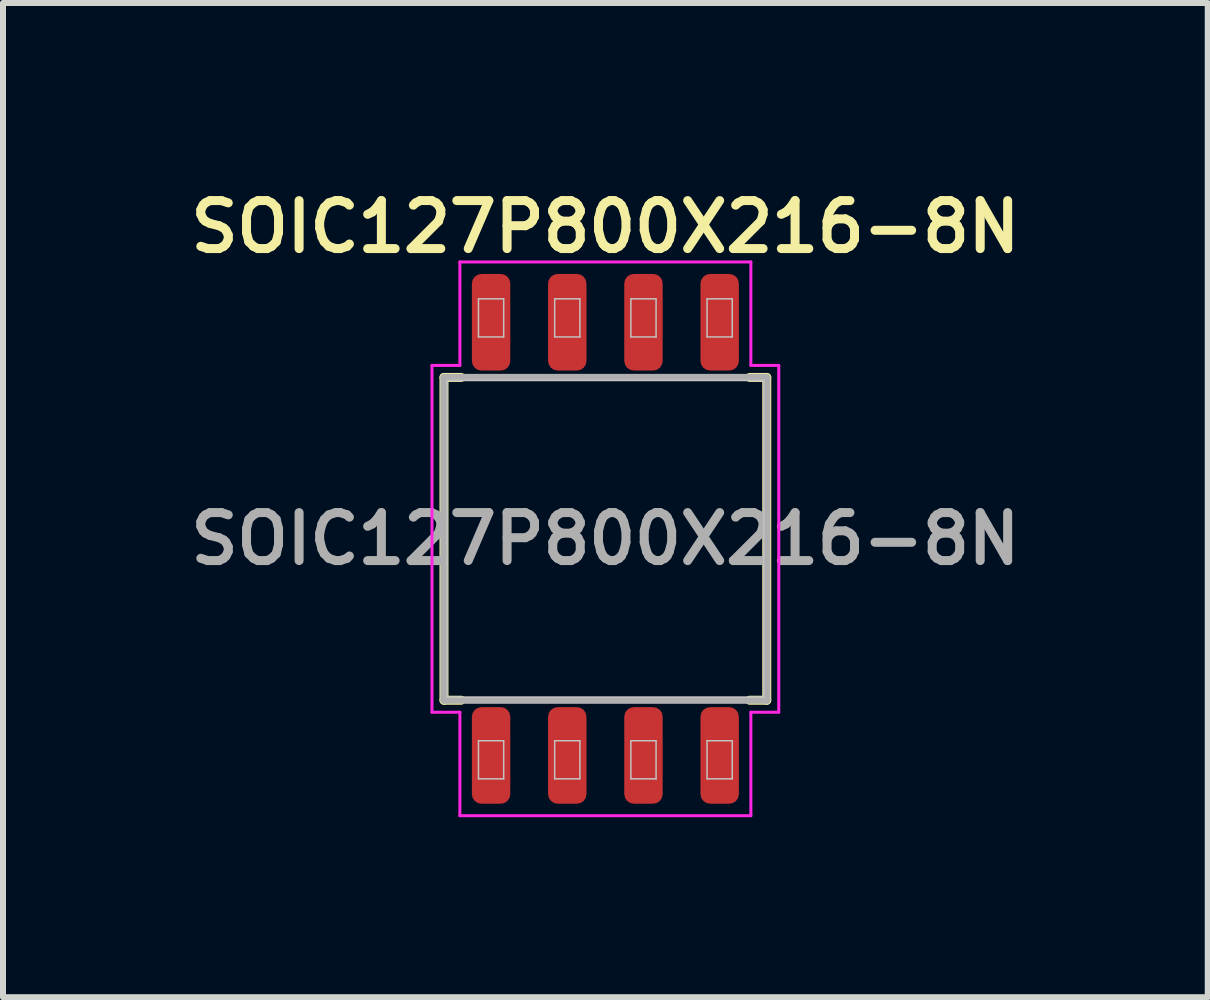
<source format=kicad_pcb>
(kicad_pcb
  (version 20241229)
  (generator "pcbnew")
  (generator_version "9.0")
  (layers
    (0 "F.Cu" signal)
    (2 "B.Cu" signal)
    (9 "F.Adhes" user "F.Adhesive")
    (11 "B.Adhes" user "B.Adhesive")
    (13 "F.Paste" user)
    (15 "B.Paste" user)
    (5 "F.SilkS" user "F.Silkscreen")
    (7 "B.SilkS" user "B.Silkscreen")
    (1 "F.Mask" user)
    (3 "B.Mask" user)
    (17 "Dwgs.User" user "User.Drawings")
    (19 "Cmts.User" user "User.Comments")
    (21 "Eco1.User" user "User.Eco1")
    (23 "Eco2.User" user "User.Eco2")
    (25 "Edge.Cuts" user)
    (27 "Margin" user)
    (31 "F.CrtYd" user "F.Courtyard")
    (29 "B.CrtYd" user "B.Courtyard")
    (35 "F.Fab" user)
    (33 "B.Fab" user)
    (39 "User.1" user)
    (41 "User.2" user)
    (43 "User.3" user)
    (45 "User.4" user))
  (footprint "SOIC127P800X216-8N"
    (layer "F.Cu")
    (at 7.04 5.931)
    (property "Reference" "SOIC127P800X216-8N" (at 0 -5.2 0) (layer "F.SilkS") (effects (font (size 0.8 0.8) (thickness 0.15))))
    (attr smd)
    (fp_line (start -2.69 -2.69) (end -2.405 -2.69) (stroke (width 0.15) (type solid)) (layer "F.SilkS"))
    (fp_line (start -2.69 2.69) (end -2.69 -2.69) (stroke (width 0.15) (type solid)) (layer "F.SilkS"))
    (fp_line (start -2.405 2.69) (end -2.69 2.69) (stroke (width 0.15) (type solid)) (layer "F.SilkS"))
    (fp_line (start 2.405 2.69) (end 2.69 2.69) (stroke (width 0.15) (type solid)) (layer "F.SilkS"))
    (fp_line (start 2.69 -2.69) (end 2.405 -2.69) (stroke (width 0.15) (type solid)) (layer "F.SilkS"))
    (fp_line (start 2.69 2.69) (end 2.69 -2.69) (stroke (width 0.15) (type solid)) (layer "F.SilkS"))
    (fp_line (start -2.64 -2.64) (end 2.64 -2.64) (stroke (width 0.025) (type solid)) (layer "Dwgs.User"))
    (fp_line (start -2.64 2.64) (end -2.64 -2.64) (stroke (width 0.025) (type solid)) (layer "Dwgs.User"))
    (fp_line (start -2.115 -4) (end -1.695 -4) (stroke (width 0.025) (type solid)) (layer "Dwgs.User"))
    (fp_line (start -2.115 -3.365) (end -2.115 -4) (stroke (width 0.025) (type solid)) (layer "Dwgs.User"))
    (fp_line (start -2.115 3.365) (end -1.695 3.365) (stroke (width 0.025) (type solid)) (layer "Dwgs.User"))
    (fp_line (start -2.115 4) (end -2.115 3.365) (stroke (width 0.025) (type solid)) (layer "Dwgs.User"))
    (fp_line (start -1.695 -4) (end -1.695 -3.365) (stroke (width 0.025) (type solid)) (layer "Dwgs.User"))
    (fp_line (start -1.695 -3.365) (end -2.115 -3.365) (stroke (width 0.025) (type solid)) (layer "Dwgs.User"))
    (fp_line (start -1.695 3.365) (end -1.695 4) (stroke (width 0.025) (type solid)) (layer "Dwgs.User"))
    (fp_line (start -1.695 4) (end -2.115 4) (stroke (width 0.025) (type solid)) (layer "Dwgs.User"))
    (fp_line (start -0.845 -4) (end -0.425 -4) (stroke (width 0.025) (type solid)) (layer "Dwgs.User"))
    (fp_line (start -0.845 -3.365) (end -0.845 -4) (stroke (width 0.025) (type solid)) (layer "Dwgs.User"))
    (fp_line (start -0.845 3.365) (end -0.425 3.365) (stroke (width 0.025) (type solid)) (layer "Dwgs.User"))
    (fp_line (start -0.845 4) (end -0.845 3.365) (stroke (width 0.025) (type solid)) (layer "Dwgs.User"))
    (fp_line (start -0.425 -4) (end -0.425 -3.365) (stroke (width 0.025) (type solid)) (layer "Dwgs.User"))
    (fp_line (start -0.425 -3.365) (end -0.845 -3.365) (stroke (width 0.025) (type solid)) (layer "Dwgs.User"))
    (fp_line (start -0.425 3.365) (end -0.425 4) (stroke (width 0.025) (type solid)) (layer "Dwgs.User"))
    (fp_line (start -0.425 4) (end -0.845 4) (stroke (width 0.025) (type solid)) (layer "Dwgs.User"))
    (fp_line (start 0.425 -4) (end 0.845 -4) (stroke (width 0.025) (type solid)) (layer "Dwgs.User"))
    (fp_line (start 0.425 -3.365) (end 0.425 -4) (stroke (width 0.025) (type solid)) (layer "Dwgs.User"))
    (fp_line (start 0.425 3.365) (end 0.845 3.365) (stroke (width 0.025) (type solid)) (layer "Dwgs.User"))
    (fp_line (start 0.425 4) (end 0.425 3.365) (stroke (width 0.025) (type solid)) (layer "Dwgs.User"))
    (fp_line (start 0.845 -4) (end 0.845 -3.365) (stroke (width 0.025) (type solid)) (layer "Dwgs.User"))
    (fp_line (start 0.845 -3.365) (end 0.425 -3.365) (stroke (width 0.025) (type solid)) (layer "Dwgs.User"))
    (fp_line (start 0.845 3.365) (end 0.845 4) (stroke (width 0.025) (type solid)) (layer "Dwgs.User"))
    (fp_line (start 0.845 4) (end 0.425 4) (stroke (width 0.025) (type solid)) (layer "Dwgs.User"))
    (fp_line (start 1.695 -4) (end 2.115 -4) (stroke (width 0.025) (type solid)) (layer "Dwgs.User"))
    (fp_line (start 1.695 -3.365) (end 1.695 -4) (stroke (width 0.025) (type solid)) (layer "Dwgs.User"))
    (fp_line (start 1.695 3.365) (end 2.115 3.365) (stroke (width 0.025) (type solid)) (layer "Dwgs.User"))
    (fp_line (start 1.695 4) (end 1.695 3.365) (stroke (width 0.025) (type solid)) (layer "Dwgs.User"))
    (fp_line (start 2.115 -4) (end 2.115 -3.365) (stroke (width 0.025) (type solid)) (layer "Dwgs.User"))
    (fp_line (start 2.115 -3.365) (end 1.695 -3.365) (stroke (width 0.025) (type solid)) (layer "Dwgs.User"))
    (fp_line (start 2.115 3.365) (end 2.115 4) (stroke (width 0.025) (type solid)) (layer "Dwgs.User"))
    (fp_line (start 2.115 4) (end 1.695 4) (stroke (width 0.025) (type solid)) (layer "Dwgs.User"))
    (fp_line (start 2.64 -2.64) (end 2.64 2.64) (stroke (width 0.025) (type solid)) (layer "Dwgs.User"))
    (fp_line (start 2.64 2.64) (end -2.64 2.64) (stroke (width 0.025) (type solid)) (layer "Dwgs.User"))
    (fp_line (start -2.89 -2.89) (end -2.89 2.89) (stroke (width 0.05) (type solid)) (layer "F.CrtYd"))
    (fp_line (start -2.89 2.89) (end -2.425 2.89) (stroke (width 0.05) (type solid)) (layer "F.CrtYd"))
    (fp_line (start -2.425 -4.615) (end -2.425 -2.89) (stroke (width 0.05) (type solid)) (layer "F.CrtYd"))
    (fp_line (start -2.425 -2.89) (end -2.89 -2.89) (stroke (width 0.05) (type solid)) (layer "F.CrtYd"))
    (fp_line (start -2.425 2.89) (end -2.425 4.615) (stroke (width 0.05) (type solid)) (layer "F.CrtYd"))
    (fp_line (start -2.425 4.615) (end 2.425 4.615) (stroke (width 0.05) (type solid)) (layer "F.CrtYd"))
    (fp_line (start 2.425 -4.615) (end -2.425 -4.615) (stroke (width 0.05) (type solid)) (layer "F.CrtYd"))
    (fp_line (start 2.425 -2.89) (end 2.425 -4.615) (stroke (width 0.05) (type solid)) (layer "F.CrtYd"))
    (fp_line (start 2.425 2.89) (end 2.89 2.89) (stroke (width 0.05) (type solid)) (layer "F.CrtYd"))
    (fp_line (start 2.425 4.615) (end 2.425 2.89) (stroke (width 0.05) (type solid)) (layer "F.CrtYd"))
    (fp_line (start 2.89 -2.89) (end 2.425 -2.89) (stroke (width 0.05) (type solid)) (layer "F.CrtYd"))
    (fp_line (start 2.89 2.89) (end 2.89 -2.89) (stroke (width 0.05) (type solid)) (layer "F.CrtYd"))
    (fp_line (start -2.69 -2.69) (end 2.69 -2.69) (stroke (width 0.12) (type solid)) (layer "F.Fab"))
    (fp_line (start -2.69 2.69) (end -2.69 -2.69) (stroke (width 0.12) (type solid)) (layer "F.Fab"))
    (fp_line (start 2.69 -2.69) (end 2.69 2.69) (stroke (width 0.12) (type solid)) (layer "F.Fab"))
    (fp_line (start 2.69 2.69) (end -2.69 2.69) (stroke (width 0.12) (type solid)) (layer "F.Fab"))
    (fp_text user "${REFERENCE}" (at 0 0 0) (layer "F.Fab") (effects (font (size 0.8 0.8) (thickness 0.15))))
    (pad "1" smd roundrect (at -1.905 3.61 90) (size 1.61 0.64) (layers "F.Cu" "F.Mask" "F.Paste") (roundrect_rratio 0.25))
    (pad "2" smd roundrect (at -0.635 3.61 90) (size 1.61 0.64) (layers "F.Cu" "F.Mask" "F.Paste") (roundrect_rratio 0.25))
    (pad "3" smd roundrect (at 0.635 3.61 90) (size 1.61 0.64) (layers "F.Cu" "F.Mask" "F.Paste") (roundrect_rratio 0.25))
    (pad "4" smd roundrect (at 1.905 3.61 90) (size 1.61 0.64) (layers "F.Cu" "F.Mask" "F.Paste") (roundrect_rratio 0.25))
    (pad "5" smd roundrect (at 1.905 -3.61 90) (size 1.61 0.64) (layers "F.Cu" "F.Mask" "F.Paste") (roundrect_rratio 0.25))
    (pad "6" smd roundrect (at 0.635 -3.61 90) (size 1.61 0.64) (layers "F.Cu" "F.Mask" "F.Paste") (roundrect_rratio 0.25))
    (pad "7" smd roundrect (at -0.635 -3.61 90) (size 1.61 0.64) (layers "F.Cu" "F.Mask" "F.Paste") (roundrect_rratio 0.25))
    (pad "8" smd roundrect (at -1.905 -3.61 90) (size 1.61 0.64) (layers "F.Cu" "F.Mask" "F.Paste") (roundrect_rratio 0.25)))
  (gr_rect
    (start -3 -3)
    (end 17.08 13.571)
    (stroke (width 0.1) (type default))
    (fill no)
    (layer "Edge.Cuts")))
</source>
